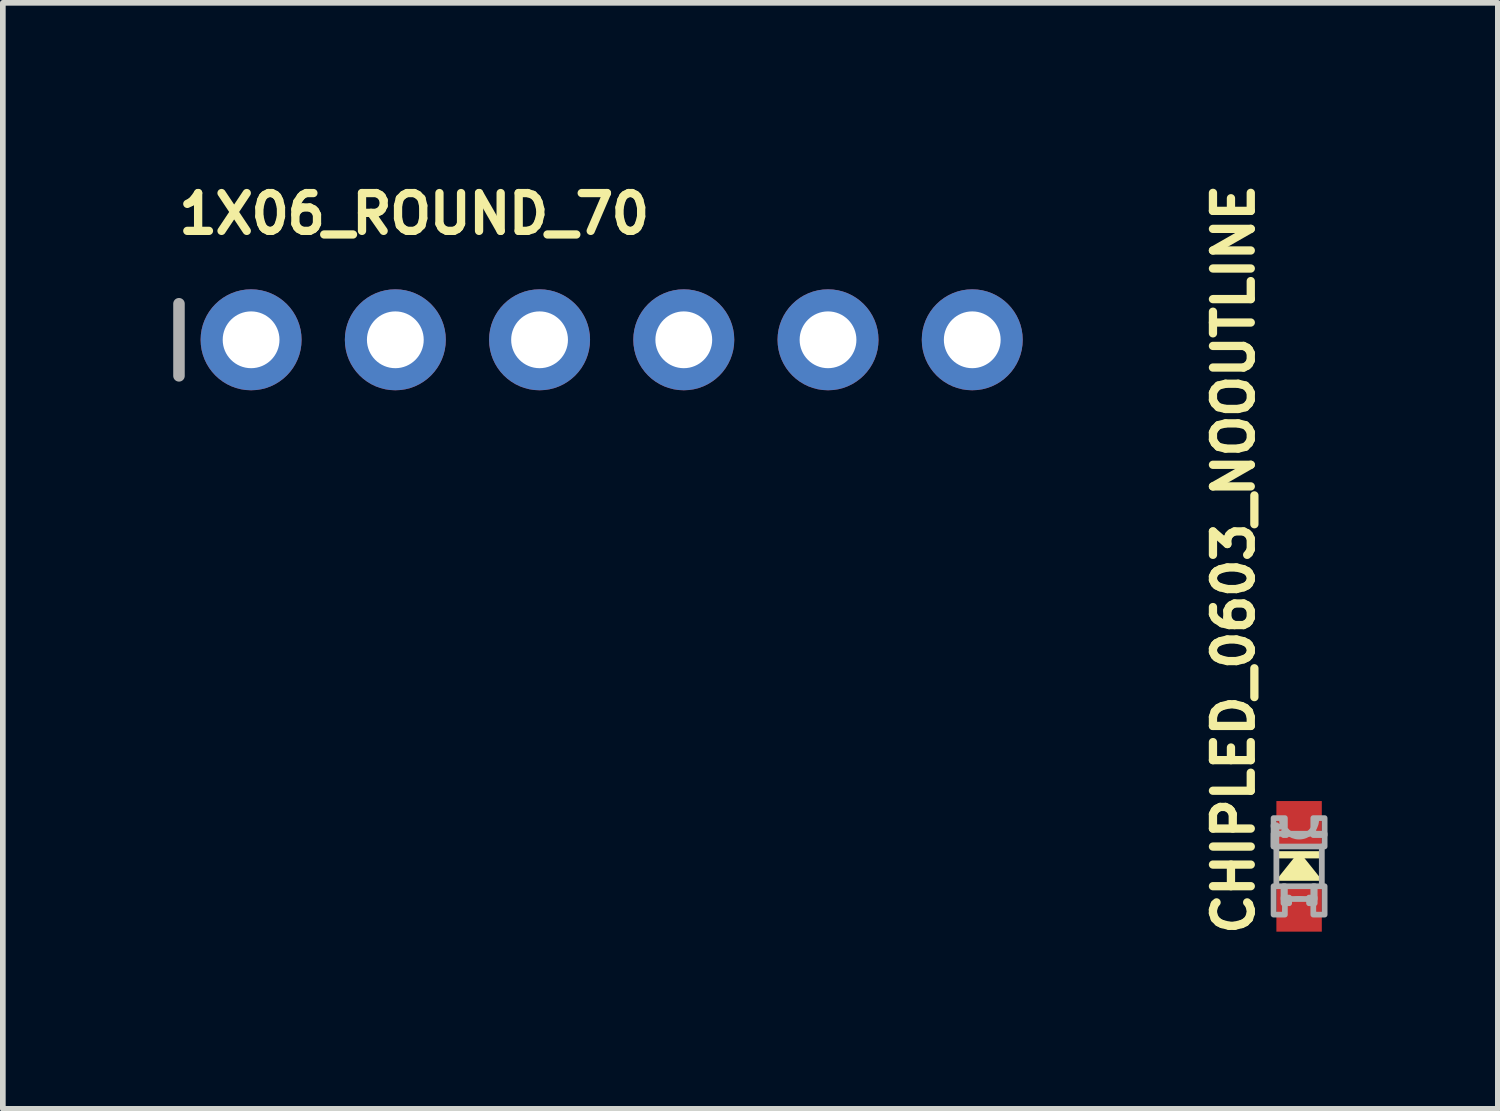
<source format=kicad_pcb>
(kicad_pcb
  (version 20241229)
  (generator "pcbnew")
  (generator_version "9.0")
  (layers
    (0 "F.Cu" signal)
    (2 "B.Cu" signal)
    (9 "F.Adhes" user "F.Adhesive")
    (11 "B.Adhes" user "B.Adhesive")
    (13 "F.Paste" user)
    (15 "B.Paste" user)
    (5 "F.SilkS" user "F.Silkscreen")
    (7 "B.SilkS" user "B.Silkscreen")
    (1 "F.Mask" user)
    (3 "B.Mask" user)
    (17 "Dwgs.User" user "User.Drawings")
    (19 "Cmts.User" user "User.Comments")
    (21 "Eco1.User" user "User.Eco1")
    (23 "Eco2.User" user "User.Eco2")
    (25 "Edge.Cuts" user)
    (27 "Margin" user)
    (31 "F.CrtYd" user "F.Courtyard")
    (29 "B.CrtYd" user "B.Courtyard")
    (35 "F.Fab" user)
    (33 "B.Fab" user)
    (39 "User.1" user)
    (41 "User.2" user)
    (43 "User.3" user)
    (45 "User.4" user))
  (footprint "1X06_ROUND_70"
    (layer "F.Cu")
    (at 7.722 2.934)
    (property "Reference" "1X06_ROUND_70" (at -7.696 -1.829 0) (layer "F.SilkS") (effects (font (size 0.666 0.666) (thickness 0.146)) (justify left bottom)))
    (fp_line (start -7.62 -0.635) (end -7.62 0.635) (stroke (width 0.203) (type solid)) (layer "F.Fab"))
    (fp_poly (pts (xy -6.604 0.254) (xy -6.096 0.254) (xy -6.096 -0.254) (xy -6.604 -0.254)) (stroke (width 0.1) (type solid)) (fill no) (layer "F.Fab"))
    (fp_poly (pts (xy -4.064 0.254) (xy -3.556 0.254) (xy -3.556 -0.254) (xy -4.064 -0.254)) (stroke (width 0.1) (type solid)) (fill no) (layer "F.Fab"))
    (fp_poly (pts (xy -1.524 0.254) (xy -1.016 0.254) (xy -1.016 -0.254) (xy -1.524 -0.254)) (stroke (width 0.1) (type solid)) (fill no) (layer "F.Fab"))
    (fp_poly (pts (xy 1.016 0.254) (xy 1.524 0.254) (xy 1.524 -0.254) (xy 1.016 -0.254)) (stroke (width 0.1) (type solid)) (fill no) (layer "F.Fab"))
    (fp_poly (pts (xy 3.556 0.254) (xy 4.064 0.254) (xy 4.064 -0.254) (xy 3.556 -0.254)) (stroke (width 0.1) (type solid)) (fill no) (layer "F.Fab"))
    (fp_poly (pts (xy 6.096 0.254) (xy 6.604 0.254) (xy 6.604 -0.254) (xy 6.096 -0.254)) (stroke (width 0.1) (type solid)) (fill no) (layer "F.Fab"))
    (pad "1" thru_hole circle (at -6.35 0 90) (size 1.778 1.778) (drill 1) (layers "*.Cu" "*.Mask"))
    (pad "2" thru_hole circle (at -3.81 0 90) (size 1.778 1.778) (drill 1) (layers "*.Cu" "*.Mask"))
    (pad "3" thru_hole circle (at -1.27 0 90) (size 1.778 1.778) (drill 1) (layers "*.Cu" "*.Mask"))
    (pad "4" thru_hole circle (at 1.27 0 90) (size 1.778 1.778) (drill 1) (layers "*.Cu" "*.Mask"))
    (pad "5" thru_hole circle (at 3.81 0 90) (size 1.778 1.778) (drill 1) (layers "*.Cu" "*.Mask"))
    (pad "6" thru_hole circle (at 6.35 0 90) (size 1.778 1.778) (drill 1) (layers "*.Cu" "*.Mask")))
  (footprint "CHIPLED_0603_NOOUTLINE"
    (layer "F.Cu")
    (at 19.828 12.207)
    (property "Reference" "CHIPLED_0603_NOOUTLINE" (at -0.762 1.27 90) (layer "F.SilkS") (effects (font (size 0.666 0.666) (thickness 0.146)) (justify left bottom)))
    (fp_poly (pts (xy 0.413 0.254) (xy -0.413 0.254) (xy 0 -0.262)) (stroke (width 0) (type solid)) (fill yes) (layer "F.SilkS"))
    (fp_poly (pts (xy -0.381 -0.14) (xy 0.381 -0.14) (xy 0.381 -0.267) (xy -0.381 -0.267)) (stroke (width 0) (type solid)) (fill yes) (layer "F.SilkS"))
    (fp_line (start -0.4 -0.375) (end -0.4 0.35) (stroke (width 0.102) (type solid)) (layer "F.Fab"))
    (fp_line (start 0.4 -0.35) (end 0.4 0.35) (stroke (width 0.102) (type solid)) (layer "F.Fab"))
    (fp_arc (start -0.275 0.825) (mid 0 0.55) (end 0.275 0.825) (stroke (width 0.0508) (type solid)) (layer "F.Fab"))
    (fp_arc (start 0.3 -0.799998) (mid -0.000001 -0.524966) (end -0.3 -0.8) (stroke (width 0.1016) (type solid)) (layer "F.Fab"))
    (fp_circle (center -0.35 -0.625) (end -0.275 -0.625) (stroke (width 0.051) (type solid)) (fill no) (layer "F.Fab"))
    (fp_poly (pts (xy -0.45 -0.7) (xy -0.25 -0.7) (xy -0.25 -0.85) (xy -0.45 -0.85)) (stroke (width 0.1) (type solid)) (fill no) (layer "F.Fab"))
    (fp_poly (pts (xy -0.45 -0.35) (xy -0.4 -0.35) (xy -0.4 -0.725) (xy -0.45 -0.725)) (stroke (width 0.1) (type solid)) (fill no) (layer "F.Fab"))
    (fp_poly (pts (xy -0.45 -0.35) (xy 0.45 -0.35) (xy 0.45 -0.575) (xy -0.45 -0.575)) (stroke (width 0.1) (type solid)) (fill no) (layer "F.Fab"))
    (fp_poly (pts (xy -0.45 0.85) (xy -0.25 0.85) (xy -0.25 0.35) (xy -0.45 0.35)) (stroke (width 0.1) (type solid)) (fill no) (layer "F.Fab"))
    (fp_poly (pts (xy -0.275 -0.55) (xy -0.225 -0.55) (xy -0.225 -0.6) (xy -0.275 -0.6)) (stroke (width 0.1) (type solid)) (fill no) (layer "F.Fab"))
    (fp_poly (pts (xy -0.275 0.575) (xy 0.275 0.575) (xy 0.275 0.35) (xy -0.275 0.35)) (stroke (width 0.1) (type solid)) (fill no) (layer "F.Fab"))
    (fp_poly (pts (xy -0.275 0.65) (xy -0.175 0.65) (xy -0.175 0.55) (xy -0.275 0.55)) (stroke (width 0.1) (type solid)) (fill no) (layer "F.Fab"))
    (fp_poly (pts (xy 0.175 0.65) (xy 0.275 0.65) (xy 0.275 0.55) (xy 0.175 0.55)) (stroke (width 0.1) (type solid)) (fill no) (layer "F.Fab"))
    (fp_poly (pts (xy 0.25 -0.55) (xy 0.45 -0.55) (xy 0.45 -0.85) (xy 0.25 -0.85)) (stroke (width 0.1) (type solid)) (fill no) (layer "F.Fab"))
    (fp_poly (pts (xy 0.25 0.85) (xy 0.45 0.85) (xy 0.45 0.35) (xy 0.25 0.35)) (stroke (width 0.1) (type solid)) (fill no) (layer "F.Fab"))
    (pad "A" smd rect (at 0 0.75) (size 0.8 0.8) (layers "F.Cu" "F.Mask" "F.Paste"))
    (pad "C" smd rect (at 0 -0.75) (size 0.8 0.8) (layers "F.Cu" "F.Mask" "F.Paste")))
  (gr_rect
    (start -3 -3)
    (end 23.328 16.477)
    (stroke (width 0.1) (type default))
    (fill no)
    (layer "Edge.Cuts")))
</source>
